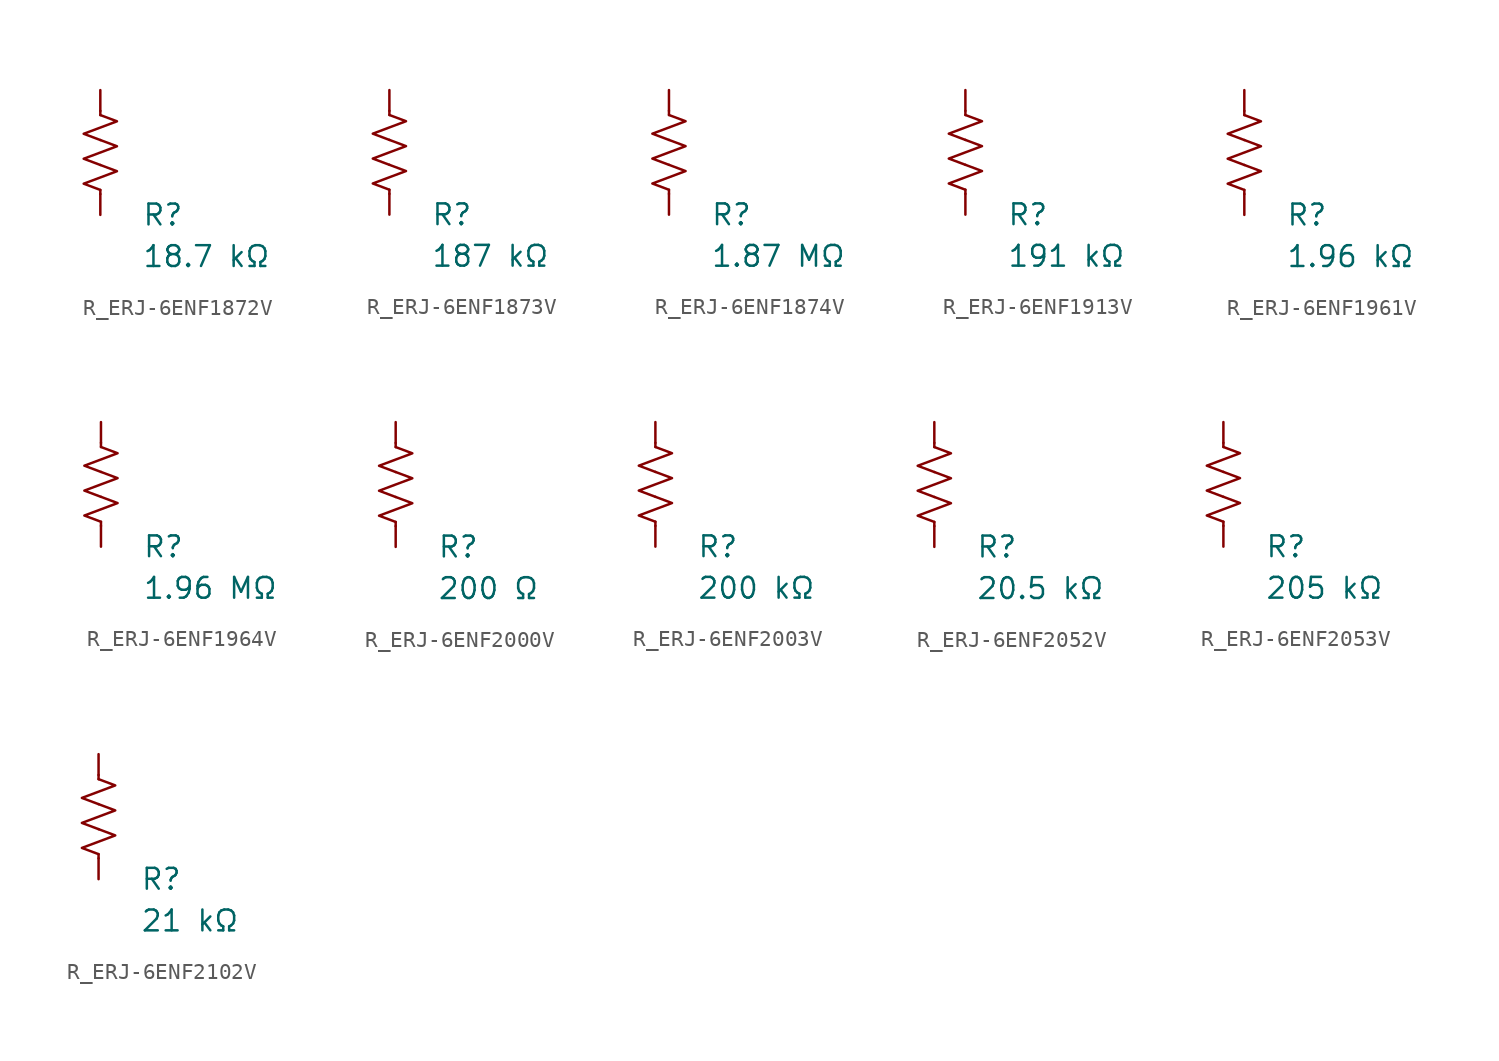
<source format=kicad_sym>
(kicad_symbol_lib
  (version 20231120)
  (generator "kicad_symbol_editor")
  (generator_version "8.0")
  (symbol "R_ERJ-6ENF1872V"
    (pin_numbers hide)
    (pin_names
      (offset 0))
    (property "Reference" "R"
      (at 2.54 -3.81 0)
      (effects (font (size 1.27 1.27)) (justify left))
      (show_name no))
    (property "Value" "18.7 kΩ"
      (at 2.54 -6.35 0)
      (effects (font (size 1.27 1.27)) (justify left))
      (show_name no))
    (symbol "R_ERJ-6ENF1872V_0_1"
      (polyline (pts (xy 0 -2.286) (xy 0 -2.54)) (stroke (width 0) (type default)) (fill (type none)))
      (polyline (pts (xy 0 2.286) (xy 0 2.54)) (stroke (width 0) (type default)) (fill (type none)))
      (polyline (pts (xy 0 -0.762) (xy 1.016 -1.143) (xy 0 -1.524) (xy -1.016 -1.905) (xy 0 -2.286)) (stroke (width 0) (type default)) (fill (type none)))
      (polyline (pts (xy 0 0.762) (xy 1.016 0.381) (xy 0 0) (xy -1.016 -0.381) (xy 0 -0.762)) (stroke (width 0) (type default)) (fill (type none)))
      (polyline (pts (xy 0 2.286) (xy 1.016 1.905) (xy 0 1.524) (xy -1.016 1.143) (xy 0 0.762)) (stroke (width 0) (type default)) (fill (type none))))
    (symbol "R_ERJ-6ENF1872V_1_1"
      (pin passive line (at 0 3.81 270) (length 1.27) (name "~" (effects (font (size 1.27 1.27)))) (number "1" (effects (font (size 1.27 1.27)))))
      (pin passive line (at 0 -3.81 90) (length 1.27) (name "~" (effects (font (size 1.27 1.27)))) (number "2" (effects (font (size 1.27 1.27)))))))
  (symbol "R_ERJ-6ENF1873V"
    (pin_numbers hide)
    (pin_names
      (offset 0))
    (property "Reference" "R"
      (at 2.54 -3.81 0)
      (effects (font (size 1.27 1.27)) (justify left))
      (show_name no))
    (property "Value" "187 kΩ"
      (at 2.54 -6.35 0)
      (effects (font (size 1.27 1.27)) (justify left))
      (show_name no))
    (symbol "R_ERJ-6ENF1873V_0_1"
      (polyline (pts (xy 0 -2.286) (xy 0 -2.54)) (stroke (width 0) (type default)) (fill (type none)))
      (polyline (pts (xy 0 2.286) (xy 0 2.54)) (stroke (width 0) (type default)) (fill (type none)))
      (polyline (pts (xy 0 -0.762) (xy 1.016 -1.143) (xy 0 -1.524) (xy -1.016 -1.905) (xy 0 -2.286)) (stroke (width 0) (type default)) (fill (type none)))
      (polyline (pts (xy 0 0.762) (xy 1.016 0.381) (xy 0 0) (xy -1.016 -0.381) (xy 0 -0.762)) (stroke (width 0) (type default)) (fill (type none)))
      (polyline (pts (xy 0 2.286) (xy 1.016 1.905) (xy 0 1.524) (xy -1.016 1.143) (xy 0 0.762)) (stroke (width 0) (type default)) (fill (type none))))
    (symbol "R_ERJ-6ENF1873V_1_1"
      (pin passive line (at 0 3.81 270) (length 1.27) (name "~" (effects (font (size 1.27 1.27)))) (number "1" (effects (font (size 1.27 1.27)))))
      (pin passive line (at 0 -3.81 90) (length 1.27) (name "~" (effects (font (size 1.27 1.27)))) (number "2" (effects (font (size 1.27 1.27)))))))
  (symbol "R_ERJ-6ENF1874V"
    (pin_numbers hide)
    (pin_names
      (offset 0))
    (property "Reference" "R"
      (at 2.54 -3.81 0)
      (effects (font (size 1.27 1.27)) (justify left))
      (show_name no))
    (property "Value" "1.87 MΩ"
      (at 2.54 -6.35 0)
      (effects (font (size 1.27 1.27)) (justify left))
      (show_name no))
    (symbol "R_ERJ-6ENF1874V_0_1"
      (polyline (pts (xy 0 -2.286) (xy 0 -2.54)) (stroke (width 0) (type default)) (fill (type none)))
      (polyline (pts (xy 0 2.286) (xy 0 2.54)) (stroke (width 0) (type default)) (fill (type none)))
      (polyline (pts (xy 0 -0.762) (xy 1.016 -1.143) (xy 0 -1.524) (xy -1.016 -1.905) (xy 0 -2.286)) (stroke (width 0) (type default)) (fill (type none)))
      (polyline (pts (xy 0 0.762) (xy 1.016 0.381) (xy 0 0) (xy -1.016 -0.381) (xy 0 -0.762)) (stroke (width 0) (type default)) (fill (type none)))
      (polyline (pts (xy 0 2.286) (xy 1.016 1.905) (xy 0 1.524) (xy -1.016 1.143) (xy 0 0.762)) (stroke (width 0) (type default)) (fill (type none))))
    (symbol "R_ERJ-6ENF1874V_1_1"
      (pin passive line (at 0 3.81 270) (length 1.27) (name "~" (effects (font (size 1.27 1.27)))) (number "1" (effects (font (size 1.27 1.27)))))
      (pin passive line (at 0 -3.81 90) (length 1.27) (name "~" (effects (font (size 1.27 1.27)))) (number "2" (effects (font (size 1.27 1.27)))))))
  (symbol "R_ERJ-6ENF1913V"
    (pin_numbers hide)
    (pin_names
      (offset 0))
    (property "Reference" "R"
      (at 2.54 -3.81 0)
      (effects (font (size 1.27 1.27)) (justify left))
      (show_name no))
    (property "Value" "191 kΩ"
      (at 2.54 -6.35 0)
      (effects (font (size 1.27 1.27)) (justify left))
      (show_name no))
    (symbol "R_ERJ-6ENF1913V_0_1"
      (polyline (pts (xy 0 -2.286) (xy 0 -2.54)) (stroke (width 0) (type default)) (fill (type none)))
      (polyline (pts (xy 0 2.286) (xy 0 2.54)) (stroke (width 0) (type default)) (fill (type none)))
      (polyline (pts (xy 0 -0.762) (xy 1.016 -1.143) (xy 0 -1.524) (xy -1.016 -1.905) (xy 0 -2.286)) (stroke (width 0) (type default)) (fill (type none)))
      (polyline (pts (xy 0 0.762) (xy 1.016 0.381) (xy 0 0) (xy -1.016 -0.381) (xy 0 -0.762)) (stroke (width 0) (type default)) (fill (type none)))
      (polyline (pts (xy 0 2.286) (xy 1.016 1.905) (xy 0 1.524) (xy -1.016 1.143) (xy 0 0.762)) (stroke (width 0) (type default)) (fill (type none))))
    (symbol "R_ERJ-6ENF1913V_1_1"
      (pin passive line (at 0 3.81 270) (length 1.27) (name "~" (effects (font (size 1.27 1.27)))) (number "1" (effects (font (size 1.27 1.27)))))
      (pin passive line (at 0 -3.81 90) (length 1.27) (name "~" (effects (font (size 1.27 1.27)))) (number "2" (effects (font (size 1.27 1.27)))))))
  (symbol "R_ERJ-6ENF1961V"
    (pin_numbers hide)
    (pin_names
      (offset 0))
    (property "Reference" "R"
      (at 2.54 -3.81 0)
      (effects (font (size 1.27 1.27)) (justify left))
      (show_name no))
    (property "Value" "1.96 kΩ"
      (at 2.54 -6.35 0)
      (effects (font (size 1.27 1.27)) (justify left))
      (show_name no))
    (symbol "R_ERJ-6ENF1961V_0_1"
      (polyline (pts (xy 0 -2.286) (xy 0 -2.54)) (stroke (width 0) (type default)) (fill (type none)))
      (polyline (pts (xy 0 2.286) (xy 0 2.54)) (stroke (width 0) (type default)) (fill (type none)))
      (polyline (pts (xy 0 -0.762) (xy 1.016 -1.143) (xy 0 -1.524) (xy -1.016 -1.905) (xy 0 -2.286)) (stroke (width 0) (type default)) (fill (type none)))
      (polyline (pts (xy 0 0.762) (xy 1.016 0.381) (xy 0 0) (xy -1.016 -0.381) (xy 0 -0.762)) (stroke (width 0) (type default)) (fill (type none)))
      (polyline (pts (xy 0 2.286) (xy 1.016 1.905) (xy 0 1.524) (xy -1.016 1.143) (xy 0 0.762)) (stroke (width 0) (type default)) (fill (type none))))
    (symbol "R_ERJ-6ENF1961V_1_1"
      (pin passive line (at 0 3.81 270) (length 1.27) (name "~" (effects (font (size 1.27 1.27)))) (number "1" (effects (font (size 1.27 1.27)))))
      (pin passive line (at 0 -3.81 90) (length 1.27) (name "~" (effects (font (size 1.27 1.27)))) (number "2" (effects (font (size 1.27 1.27)))))))
  (symbol "R_ERJ-6ENF1964V"
    (pin_numbers hide)
    (pin_names
      (offset 0))
    (property "Reference" "R"
      (at 2.54 -3.81 0)
      (effects (font (size 1.27 1.27)) (justify left))
      (show_name no))
    (property "Value" "1.96 MΩ"
      (at 2.54 -6.35 0)
      (effects (font (size 1.27 1.27)) (justify left))
      (show_name no))
    (symbol "R_ERJ-6ENF1964V_0_1"
      (polyline (pts (xy 0 -2.286) (xy 0 -2.54)) (stroke (width 0) (type default)) (fill (type none)))
      (polyline (pts (xy 0 2.286) (xy 0 2.54)) (stroke (width 0) (type default)) (fill (type none)))
      (polyline (pts (xy 0 -0.762) (xy 1.016 -1.143) (xy 0 -1.524) (xy -1.016 -1.905) (xy 0 -2.286)) (stroke (width 0) (type default)) (fill (type none)))
      (polyline (pts (xy 0 0.762) (xy 1.016 0.381) (xy 0 0) (xy -1.016 -0.381) (xy 0 -0.762)) (stroke (width 0) (type default)) (fill (type none)))
      (polyline (pts (xy 0 2.286) (xy 1.016 1.905) (xy 0 1.524) (xy -1.016 1.143) (xy 0 0.762)) (stroke (width 0) (type default)) (fill (type none))))
    (symbol "R_ERJ-6ENF1964V_1_1"
      (pin passive line (at 0 3.81 270) (length 1.27) (name "~" (effects (font (size 1.27 1.27)))) (number "1" (effects (font (size 1.27 1.27)))))
      (pin passive line (at 0 -3.81 90) (length 1.27) (name "~" (effects (font (size 1.27 1.27)))) (number "2" (effects (font (size 1.27 1.27)))))))
  (symbol "R_ERJ-6ENF2000V"
    (pin_numbers hide)
    (pin_names
      (offset 0))
    (property "Reference" "R"
      (at 2.54 -3.81 0)
      (effects (font (size 1.27 1.27)) (justify left))
      (show_name no))
    (property "Value" "200 Ω"
      (at 2.54 -6.35 0)
      (effects (font (size 1.27 1.27)) (justify left))
      (show_name no))
    (symbol "R_ERJ-6ENF2000V_0_1"
      (polyline (pts (xy 0 -2.286) (xy 0 -2.54)) (stroke (width 0) (type default)) (fill (type none)))
      (polyline (pts (xy 0 2.286) (xy 0 2.54)) (stroke (width 0) (type default)) (fill (type none)))
      (polyline (pts (xy 0 -0.762) (xy 1.016 -1.143) (xy 0 -1.524) (xy -1.016 -1.905) (xy 0 -2.286)) (stroke (width 0) (type default)) (fill (type none)))
      (polyline (pts (xy 0 0.762) (xy 1.016 0.381) (xy 0 0) (xy -1.016 -0.381) (xy 0 -0.762)) (stroke (width 0) (type default)) (fill (type none)))
      (polyline (pts (xy 0 2.286) (xy 1.016 1.905) (xy 0 1.524) (xy -1.016 1.143) (xy 0 0.762)) (stroke (width 0) (type default)) (fill (type none))))
    (symbol "R_ERJ-6ENF2000V_1_1"
      (pin passive line (at 0 3.81 270) (length 1.27) (name "~" (effects (font (size 1.27 1.27)))) (number "1" (effects (font (size 1.27 1.27)))))
      (pin passive line (at 0 -3.81 90) (length 1.27) (name "~" (effects (font (size 1.27 1.27)))) (number "2" (effects (font (size 1.27 1.27)))))))
  (symbol "R_ERJ-6ENF2003V"
    (pin_numbers hide)
    (pin_names
      (offset 0))
    (property "Reference" "R"
      (at 2.54 -3.81 0)
      (effects (font (size 1.27 1.27)) (justify left))
      (show_name no))
    (property "Value" "200 kΩ"
      (at 2.54 -6.35 0)
      (effects (font (size 1.27 1.27)) (justify left))
      (show_name no))
    (symbol "R_ERJ-6ENF2003V_0_1"
      (polyline (pts (xy 0 -2.286) (xy 0 -2.54)) (stroke (width 0) (type default)) (fill (type none)))
      (polyline (pts (xy 0 2.286) (xy 0 2.54)) (stroke (width 0) (type default)) (fill (type none)))
      (polyline (pts (xy 0 -0.762) (xy 1.016 -1.143) (xy 0 -1.524) (xy -1.016 -1.905) (xy 0 -2.286)) (stroke (width 0) (type default)) (fill (type none)))
      (polyline (pts (xy 0 0.762) (xy 1.016 0.381) (xy 0 0) (xy -1.016 -0.381) (xy 0 -0.762)) (stroke (width 0) (type default)) (fill (type none)))
      (polyline (pts (xy 0 2.286) (xy 1.016 1.905) (xy 0 1.524) (xy -1.016 1.143) (xy 0 0.762)) (stroke (width 0) (type default)) (fill (type none))))
    (symbol "R_ERJ-6ENF2003V_1_1"
      (pin passive line (at 0 3.81 270) (length 1.27) (name "~" (effects (font (size 1.27 1.27)))) (number "1" (effects (font (size 1.27 1.27)))))
      (pin passive line (at 0 -3.81 90) (length 1.27) (name "~" (effects (font (size 1.27 1.27)))) (number "2" (effects (font (size 1.27 1.27)))))))
  (symbol "R_ERJ-6ENF2052V"
    (pin_numbers hide)
    (pin_names
      (offset 0))
    (property "Reference" "R"
      (at 2.54 -3.81 0)
      (effects (font (size 1.27 1.27)) (justify left))
      (show_name no))
    (property "Value" "20.5 kΩ"
      (at 2.54 -6.35 0)
      (effects (font (size 1.27 1.27)) (justify left))
      (show_name no))
    (symbol "R_ERJ-6ENF2052V_0_1"
      (polyline (pts (xy 0 -2.286) (xy 0 -2.54)) (stroke (width 0) (type default)) (fill (type none)))
      (polyline (pts (xy 0 2.286) (xy 0 2.54)) (stroke (width 0) (type default)) (fill (type none)))
      (polyline (pts (xy 0 -0.762) (xy 1.016 -1.143) (xy 0 -1.524) (xy -1.016 -1.905) (xy 0 -2.286)) (stroke (width 0) (type default)) (fill (type none)))
      (polyline (pts (xy 0 0.762) (xy 1.016 0.381) (xy 0 0) (xy -1.016 -0.381) (xy 0 -0.762)) (stroke (width 0) (type default)) (fill (type none)))
      (polyline (pts (xy 0 2.286) (xy 1.016 1.905) (xy 0 1.524) (xy -1.016 1.143) (xy 0 0.762)) (stroke (width 0) (type default)) (fill (type none))))
    (symbol "R_ERJ-6ENF2052V_1_1"
      (pin passive line (at 0 3.81 270) (length 1.27) (name "~" (effects (font (size 1.27 1.27)))) (number "1" (effects (font (size 1.27 1.27)))))
      (pin passive line (at 0 -3.81 90) (length 1.27) (name "~" (effects (font (size 1.27 1.27)))) (number "2" (effects (font (size 1.27 1.27)))))))
  (symbol "R_ERJ-6ENF2053V"
    (pin_numbers hide)
    (pin_names
      (offset 0))
    (property "Reference" "R"
      (at 2.54 -3.81 0)
      (effects (font (size 1.27 1.27)) (justify left))
      (show_name no))
    (property "Value" "205 kΩ"
      (at 2.54 -6.35 0)
      (effects (font (size 1.27 1.27)) (justify left))
      (show_name no))
    (symbol "R_ERJ-6ENF2053V_0_1"
      (polyline (pts (xy 0 -2.286) (xy 0 -2.54)) (stroke (width 0) (type default)) (fill (type none)))
      (polyline (pts (xy 0 2.286) (xy 0 2.54)) (stroke (width 0) (type default)) (fill (type none)))
      (polyline (pts (xy 0 -0.762) (xy 1.016 -1.143) (xy 0 -1.524) (xy -1.016 -1.905) (xy 0 -2.286)) (stroke (width 0) (type default)) (fill (type none)))
      (polyline (pts (xy 0 0.762) (xy 1.016 0.381) (xy 0 0) (xy -1.016 -0.381) (xy 0 -0.762)) (stroke (width 0) (type default)) (fill (type none)))
      (polyline (pts (xy 0 2.286) (xy 1.016 1.905) (xy 0 1.524) (xy -1.016 1.143) (xy 0 0.762)) (stroke (width 0) (type default)) (fill (type none))))
    (symbol "R_ERJ-6ENF2053V_1_1"
      (pin passive line (at 0 3.81 270) (length 1.27) (name "~" (effects (font (size 1.27 1.27)))) (number "1" (effects (font (size 1.27 1.27)))))
      (pin passive line (at 0 -3.81 90) (length 1.27) (name "~" (effects (font (size 1.27 1.27)))) (number "2" (effects (font (size 1.27 1.27)))))))
  (symbol "R_ERJ-6ENF2102V"
    (pin_numbers hide)
    (pin_names
      (offset 0))
    (property "Reference" "R"
      (at 2.54 -3.81 0)
      (effects (font (size 1.27 1.27)) (justify left))
      (show_name no))
    (property "Value" "21 kΩ"
      (at 2.54 -6.35 0)
      (effects (font (size 1.27 1.27)) (justify left))
      (show_name no))
    (symbol "R_ERJ-6ENF2102V_0_1"
      (polyline (pts (xy 0 -2.286) (xy 0 -2.54)) (stroke (width 0) (type default)) (fill (type none)))
      (polyline (pts (xy 0 2.286) (xy 0 2.54)) (stroke (width 0) (type default)) (fill (type none)))
      (polyline (pts (xy 0 -0.762) (xy 1.016 -1.143) (xy 0 -1.524) (xy -1.016 -1.905) (xy 0 -2.286)) (stroke (width 0) (type default)) (fill (type none)))
      (polyline (pts (xy 0 0.762) (xy 1.016 0.381) (xy 0 0) (xy -1.016 -0.381) (xy 0 -0.762)) (stroke (width 0) (type default)) (fill (type none)))
      (polyline (pts (xy 0 2.286) (xy 1.016 1.905) (xy 0 1.524) (xy -1.016 1.143) (xy 0 0.762)) (stroke (width 0) (type default)) (fill (type none))))
    (symbol "R_ERJ-6ENF2102V_1_1"
      (pin passive line (at 0 3.81 270) (length 1.27) (name "~" (effects (font (size 1.27 1.27)))) (number "1" (effects (font (size 1.27 1.27)))))
      (pin passive line (at 0 -3.81 90) (length 1.27) (name "~" (effects (font (size 1.27 1.27)))) (number "2" (effects (font (size 1.27 1.27))))))))
</source>
